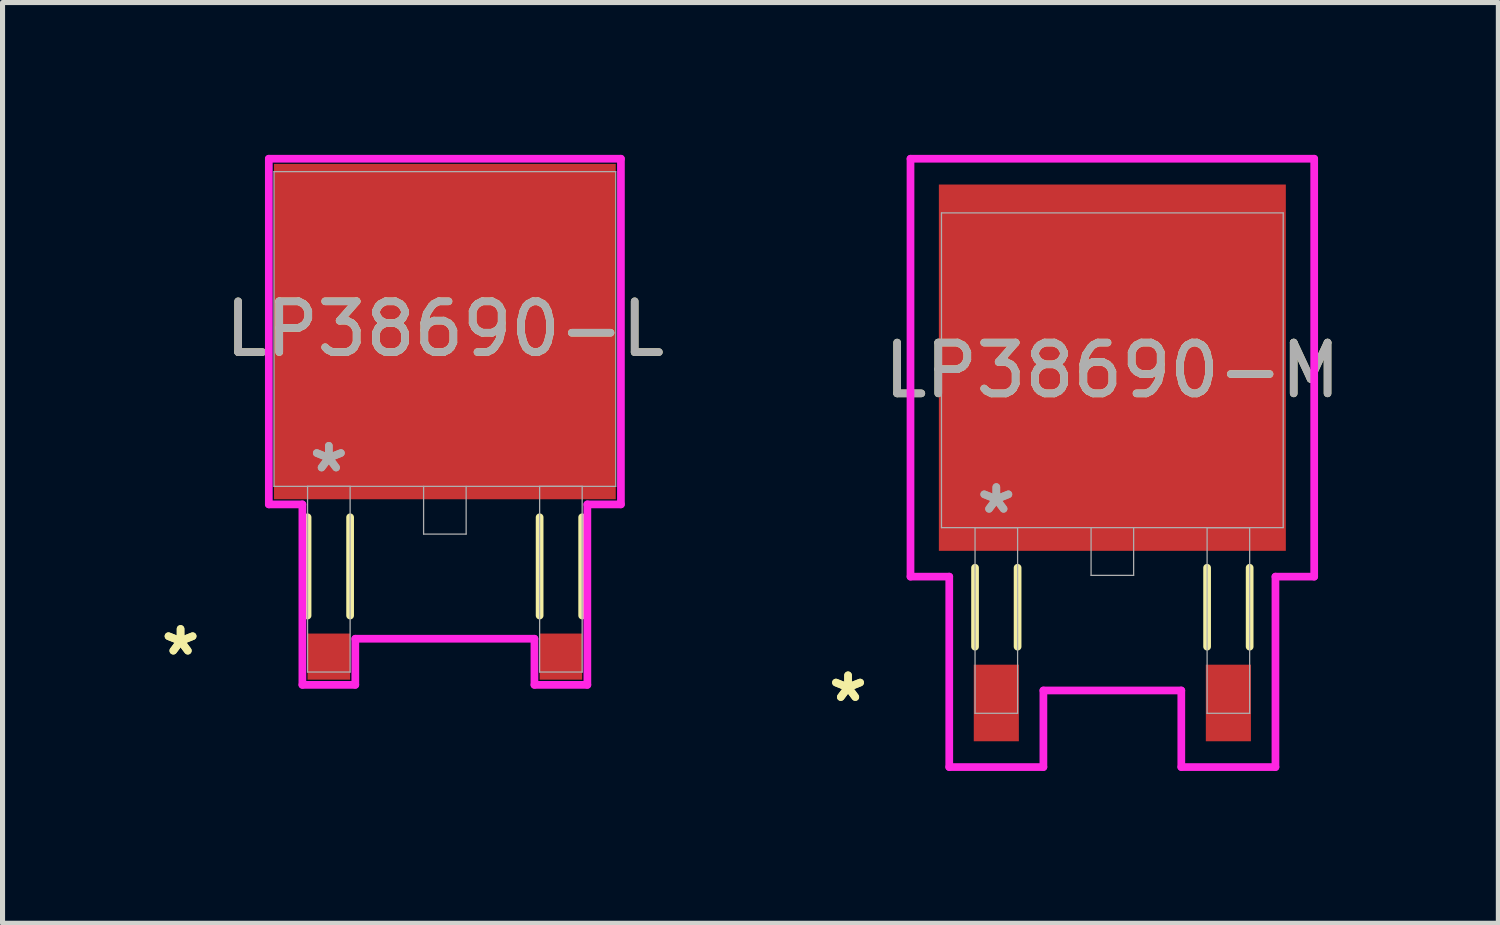
<source format=kicad_pcb>
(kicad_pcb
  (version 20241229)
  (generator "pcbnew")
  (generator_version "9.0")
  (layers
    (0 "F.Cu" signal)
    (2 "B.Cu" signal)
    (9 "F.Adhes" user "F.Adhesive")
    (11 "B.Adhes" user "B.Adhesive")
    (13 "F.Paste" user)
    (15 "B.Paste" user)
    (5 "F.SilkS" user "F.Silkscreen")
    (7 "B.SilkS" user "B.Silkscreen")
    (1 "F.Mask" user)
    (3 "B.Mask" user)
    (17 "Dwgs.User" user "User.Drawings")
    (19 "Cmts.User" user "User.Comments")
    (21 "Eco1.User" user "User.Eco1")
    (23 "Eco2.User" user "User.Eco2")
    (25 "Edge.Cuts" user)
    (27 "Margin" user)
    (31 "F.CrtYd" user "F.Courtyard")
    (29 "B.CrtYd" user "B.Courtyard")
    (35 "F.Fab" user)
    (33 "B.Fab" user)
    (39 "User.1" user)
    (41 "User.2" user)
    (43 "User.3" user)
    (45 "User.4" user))
  (footprint "LP38690-M"
    (layer "F.Cu")
    (at 18.856 4.242)
    (property "Reference" "LP38690-M" (at 0 0 0) (unlocked yes) (layer "F.SilkS") (effects (font (size 1 1) (thickness 0.15))))
    (attr smd)
    (fp_line (start -2.704 3.889) (end -2.704 5.443) (stroke (width 0.152) (type solid)) (layer "F.SilkS"))
    (fp_line (start -1.866 3.889) (end -1.866 5.443) (stroke (width 0.152) (type solid)) (layer "F.SilkS"))
    (fp_line (start 1.866 3.889) (end 1.866 5.443) (stroke (width 0.152) (type solid)) (layer "F.SilkS"))
    (fp_line (start 2.704 3.889) (end 2.704 5.443) (stroke (width 0.152) (type solid)) (layer "F.SilkS"))
    (fp_line (start -3.975 -4.166) (end 3.975 -4.166) (stroke (width 0.152) (type solid)) (layer "F.CrtYd"))
    (fp_line (start -3.975 4.064) (end -3.975 -4.166) (stroke (width 0.152) (type solid)) (layer "F.CrtYd"))
    (fp_line (start -3.212 4.064) (end -3.975 4.064) (stroke (width 0.152) (type solid)) (layer "F.CrtYd"))
    (fp_line (start -3.212 7.814) (end -3.212 4.064) (stroke (width 0.152) (type solid)) (layer "F.CrtYd"))
    (fp_line (start -1.358 6.306) (end -1.358 7.814) (stroke (width 0.152) (type solid)) (layer "F.CrtYd"))
    (fp_line (start -1.358 7.814) (end -3.212 7.814) (stroke (width 0.152) (type solid)) (layer "F.CrtYd"))
    (fp_line (start 1.358 6.306) (end -1.358 6.306) (stroke (width 0.152) (type solid)) (layer "F.CrtYd"))
    (fp_line (start 1.358 7.814) (end 1.358 6.306) (stroke (width 0.152) (type solid)) (layer "F.CrtYd"))
    (fp_line (start 3.212 4.064) (end 3.212 7.814) (stroke (width 0.152) (type solid)) (layer "F.CrtYd"))
    (fp_line (start 3.212 7.814) (end 1.358 7.814) (stroke (width 0.152) (type solid)) (layer "F.CrtYd"))
    (fp_line (start 3.975 -4.166) (end 3.975 4.064) (stroke (width 0.152) (type solid)) (layer "F.CrtYd"))
    (fp_line (start 3.975 4.064) (end 3.212 4.064) (stroke (width 0.152) (type solid)) (layer "F.CrtYd"))
    (fp_line (start -3.365 -3.099) (end -3.365 3.099) (stroke (width 0.025) (type solid)) (layer "F.Fab"))
    (fp_line (start -3.365 3.099) (end 3.365 3.099) (stroke (width 0.025) (type solid)) (layer "F.Fab"))
    (fp_line (start -2.704 3.099) (end -2.704 6.756) (stroke (width 0.025) (type solid)) (layer "F.Fab"))
    (fp_line (start -2.704 6.756) (end -1.866 6.756) (stroke (width 0.025) (type solid)) (layer "F.Fab"))
    (fp_line (start -1.866 3.099) (end -2.704 3.099) (stroke (width 0.025) (type solid)) (layer "F.Fab"))
    (fp_line (start -1.866 6.756) (end -1.866 3.099) (stroke (width 0.025) (type solid)) (layer "F.Fab"))
    (fp_line (start -0.419 3.099) (end -0.419 4.039) (stroke (width 0.025) (type solid)) (layer "F.Fab"))
    (fp_line (start -0.419 4.039) (end 0.419 4.039) (stroke (width 0.025) (type solid)) (layer "F.Fab"))
    (fp_line (start 0.419 4.039) (end 0.419 3.099) (stroke (width 0.025) (type solid)) (layer "F.Fab"))
    (fp_line (start 1.866 3.099) (end 1.866 6.756) (stroke (width 0.025) (type solid)) (layer "F.Fab"))
    (fp_line (start 1.866 6.756) (end 2.704 6.756) (stroke (width 0.025) (type solid)) (layer "F.Fab"))
    (fp_line (start 2.704 3.099) (end 1.866 3.099) (stroke (width 0.025) (type solid)) (layer "F.Fab"))
    (fp_line (start 2.704 6.756) (end 2.704 3.099) (stroke (width 0.025) (type solid)) (layer "F.Fab"))
    (fp_line (start 3.365 -3.099) (end -3.365 -3.099) (stroke (width 0.025) (type solid)) (layer "F.Fab"))
    (fp_line (start 3.365 3.099) (end 3.365 -3.099) (stroke (width 0.025) (type solid)) (layer "F.Fab"))
    (fp_text user "*" (at -5.205 6.552 0) (layer "F.SilkS") (effects (font (size 1 1) (thickness 0.15))))
    (fp_text user "*" (at -5.205 6.552 0) (unlocked yes) (layer "F.SilkS") (effects (font (size 1 1) (thickness 0.15))))
    (fp_text user "*" (at -2.285 2.845 0) (layer "F.Fab") (effects (font (size 1 1) (thickness 0.15))))
    (fp_text user "${REFERENCE}" (at 0 0 0) (unlocked yes) (layer "F.Fab") (effects (font (size 1 1) (thickness 0.15))))
    (fp_text user "*" (at -2.285 2.845 0) (unlocked yes) (layer "F.Fab") (effects (font (size 1 1) (thickness 0.15))))
    (pad "1" smd rect (at -2.285 6.552) (size 0.888 1.508) (layers "F.Cu" "F.Mask" "F.Paste"))
    (pad "2" smd rect (at 0 -0.051) (size 6.833 7.214) (layers "F.Cu" "F.Mask" "F.Paste"))
    (pad "3" smd rect (at 2.285 6.552) (size 0.888 1.508) (layers "F.Cu" "F.Mask" "F.Paste")))
  (footprint "LP38690-L"
    (layer "F.Cu")
    (at 5.711 3.429)
    (property "Reference" "LP38690-L" (at 0 0 0) (unlocked yes) (layer "F.SilkS") (effects (font (size 1 1) (thickness 0.15))))
    (attr smd)
    (fp_line (start -2.704 3.708) (end -2.704 5.643) (stroke (width 0.152) (type solid)) (layer "F.SilkS"))
    (fp_line (start -1.866 3.708) (end -1.866 5.643) (stroke (width 0.152) (type solid)) (layer "F.SilkS"))
    (fp_line (start 1.866 3.708) (end 1.866 5.643) (stroke (width 0.152) (type solid)) (layer "F.SilkS"))
    (fp_line (start 2.704 3.708) (end 2.704 5.643) (stroke (width 0.152) (type solid)) (layer "F.SilkS"))
    (fp_line (start -3.467 -3.353) (end 3.467 -3.353) (stroke (width 0.152) (type solid)) (layer "F.CrtYd"))
    (fp_line (start -3.467 3.454) (end -3.467 -3.353) (stroke (width 0.152) (type solid)) (layer "F.CrtYd"))
    (fp_line (start -2.806 3.454) (end -3.467 3.454) (stroke (width 0.152) (type solid)) (layer "F.CrtYd"))
    (fp_line (start -2.806 7.008) (end -2.806 3.454) (stroke (width 0.152) (type solid)) (layer "F.CrtYd"))
    (fp_line (start -1.764 6.1) (end -1.764 7.008) (stroke (width 0.152) (type solid)) (layer "F.CrtYd"))
    (fp_line (start -1.764 7.008) (end -2.806 7.008) (stroke (width 0.152) (type solid)) (layer "F.CrtYd"))
    (fp_line (start 1.764 6.1) (end -1.764 6.1) (stroke (width 0.152) (type solid)) (layer "F.CrtYd"))
    (fp_line (start 1.764 7.008) (end 1.764 6.1) (stroke (width 0.152) (type solid)) (layer "F.CrtYd"))
    (fp_line (start 2.806 3.454) (end 2.806 7.008) (stroke (width 0.152) (type solid)) (layer "F.CrtYd"))
    (fp_line (start 2.806 7.008) (end 1.764 7.008) (stroke (width 0.152) (type solid)) (layer "F.CrtYd"))
    (fp_line (start 3.467 -3.353) (end 3.467 3.454) (stroke (width 0.152) (type solid)) (layer "F.CrtYd"))
    (fp_line (start 3.467 3.454) (end 2.806 3.454) (stroke (width 0.152) (type solid)) (layer "F.CrtYd"))
    (fp_line (start -3.365 -3.099) (end -3.365 3.099) (stroke (width 0.025) (type solid)) (layer "F.Fab"))
    (fp_line (start -3.365 3.099) (end 3.365 3.099) (stroke (width 0.025) (type solid)) (layer "F.Fab"))
    (fp_line (start -2.704 3.099) (end -2.704 6.756) (stroke (width 0.025) (type solid)) (layer "F.Fab"))
    (fp_line (start -2.704 6.756) (end -1.866 6.756) (stroke (width 0.025) (type solid)) (layer "F.Fab"))
    (fp_line (start -1.866 3.099) (end -2.704 3.099) (stroke (width 0.025) (type solid)) (layer "F.Fab"))
    (fp_line (start -1.866 6.756) (end -1.866 3.099) (stroke (width 0.025) (type solid)) (layer "F.Fab"))
    (fp_line (start -0.419 3.099) (end -0.419 4.039) (stroke (width 0.025) (type solid)) (layer "F.Fab"))
    (fp_line (start -0.419 4.039) (end 0.419 4.039) (stroke (width 0.025) (type solid)) (layer "F.Fab"))
    (fp_line (start 0.419 4.039) (end 0.419 3.099) (stroke (width 0.025) (type solid)) (layer "F.Fab"))
    (fp_line (start 1.866 3.099) (end 1.866 6.756) (stroke (width 0.025) (type solid)) (layer "F.Fab"))
    (fp_line (start 1.866 6.756) (end 2.704 6.756) (stroke (width 0.025) (type solid)) (layer "F.Fab"))
    (fp_line (start 2.704 3.099) (end 1.866 3.099) (stroke (width 0.025) (type solid)) (layer "F.Fab"))
    (fp_line (start 2.704 6.756) (end 2.704 3.099) (stroke (width 0.025) (type solid)) (layer "F.Fab"))
    (fp_line (start 3.365 -3.099) (end -3.365 -3.099) (stroke (width 0.025) (type solid)) (layer "F.Fab"))
    (fp_line (start 3.365 3.099) (end 3.365 -3.099) (stroke (width 0.025) (type solid)) (layer "F.Fab"))
    (fp_text user "*" (at -5.205 6.452 0) (layer "F.SilkS") (effects (font (size 1 1) (thickness 0.15))))
    (fp_text user "*" (at -5.205 6.452 0) (unlocked yes) (layer "F.SilkS") (effects (font (size 1 1) (thickness 0.15))))
    (fp_text user "*" (at -2.285 2.845 0) (unlocked yes) (layer "F.Fab") (effects (font (size 1 1) (thickness 0.15))))
    (fp_text user "${REFERENCE}" (at 0 0 0) (unlocked yes) (layer "F.Fab") (effects (font (size 1 1) (thickness 0.15))))
    (fp_text user "*" (at -2.285 2.845 0) (layer "F.Fab") (effects (font (size 1 1) (thickness 0.15))))
    (pad "1" smd rect (at -2.285 6.452) (size 0.838 0.908) (layers "F.Cu" "F.Mask" "F.Paste"))
    (pad "2" smd rect (at 0 0.051) (size 6.731 6.604) (layers "F.Cu" "F.Mask" "F.Paste"))
    (pad "3" smd rect (at 2.285 6.452) (size 0.838 0.908) (layers "F.Cu" "F.Mask" "F.Paste")))
  (gr_rect
    (start -3 -3)
    (end 26.458 15.132)
    (stroke (width 0.1) (type default))
    (fill no)
    (layer "Edge.Cuts")))
</source>
